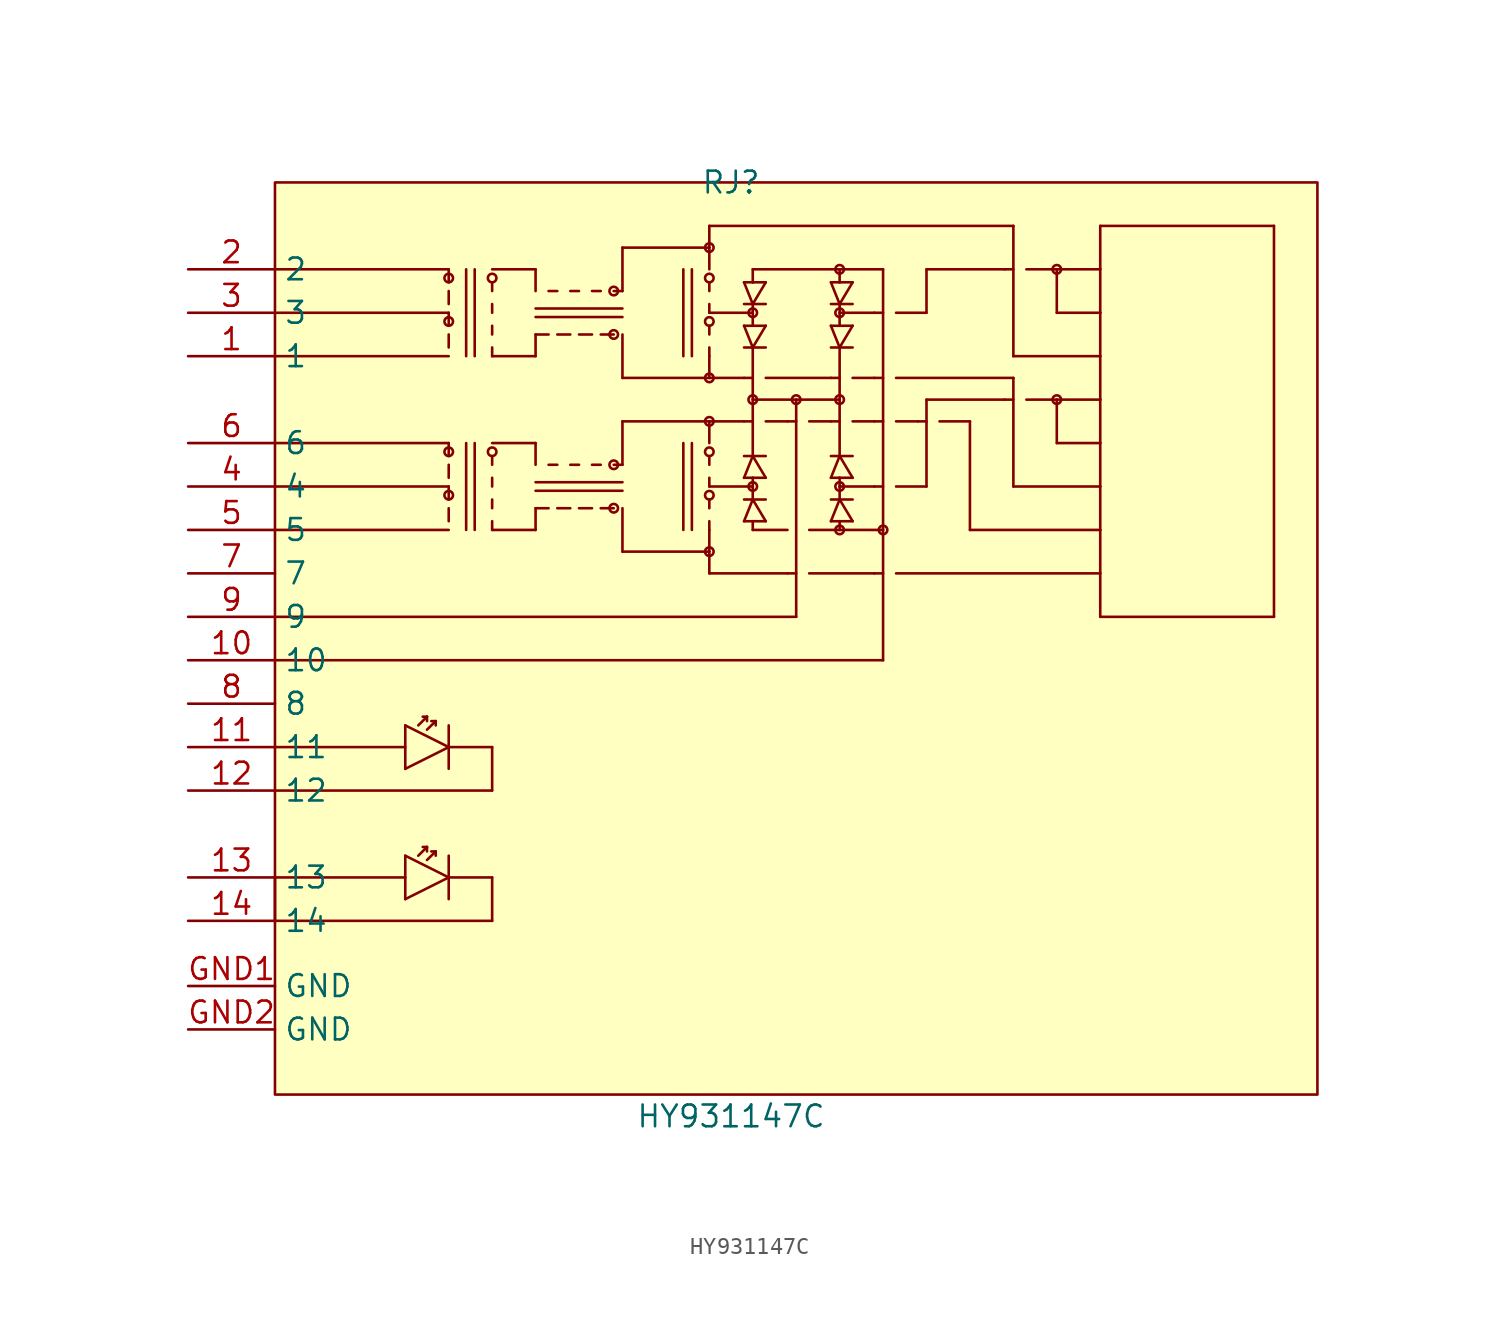
<source format=kicad_sym>
(kicad_symbol_lib
  (version 20211014)
  (generator https://github.com/uPesy/easyeda2kicad.py)
  (symbol "HY931147C"
    (property "Reference" "RJ"
      (at 0 26.67 0)
      (effects (font (size 1.27 1.27))))
    (property "Value" "HY931147C"
      (at 0 -27.94 0)
      (effects (font (size 1.27 1.27))))
    (symbol "HY931147C_0_1"
      (rectangle (start -26.67 26.67) (end 34.29 -26.67) (stroke (width 0) (type default) (color 0 0 0 0)) (fill (type background)))
      (circle (center -16.51 8.38) (radius 0.25) (stroke (width 0) (type default) (color 0 0 0 0)) (fill (type none)))
      (circle (center -16.51 10.92) (radius 0.25) (stroke (width 0) (type default) (color 0 0 0 0)) (fill (type none)))
      (circle (center -16.51 18.54) (radius 0.25) (stroke (width 0) (type default) (color 0 0 0 0)) (fill (type none)))
      (circle (center -16.51 21.08) (radius 0.25) (stroke (width 0) (type default) (color 0 0 0 0)) (fill (type none)))
      (circle (center -13.97 10.92) (radius 0.25) (stroke (width 0) (type default) (color 0 0 0 0)) (fill (type none)))
      (circle (center -13.97 21.08) (radius 0.25) (stroke (width 0) (type default) (color 0 0 0 0)) (fill (type none)))
      (circle (center -6.86 7.62) (radius 0.25) (stroke (width 0) (type default) (color 0 0 0 0)) (fill (type none)))
      (circle (center -6.86 10.16) (radius 0.25) (stroke (width 0) (type default) (color 0 0 0 0)) (fill (type none)))
      (circle (center -6.86 17.78) (radius 0.25) (stroke (width 0) (type default) (color 0 0 0 0)) (fill (type none)))
      (circle (center -6.86 20.32) (radius 0.25) (stroke (width 0) (type default) (color 0 0 0 0)) (fill (type none)))
      (circle (center -1.27 5.08) (radius 0.25) (stroke (width 0) (type default) (color 0 0 0 0)) (fill (type none)))
      (circle (center -1.27 8.38) (radius 0.25) (stroke (width 0) (type default) (color 0 0 0 0)) (fill (type none)))
      (circle (center -1.27 10.92) (radius 0.25) (stroke (width 0) (type default) (color 0 0 0 0)) (fill (type none)))
      (circle (center -1.27 12.70) (radius 0.25) (stroke (width 0) (type default) (color 0 0 0 0)) (fill (type none)))
      (circle (center -1.27 15.24) (radius 0.25) (stroke (width 0) (type default) (color 0 0 0 0)) (fill (type none)))
      (circle (center -1.27 18.54) (radius 0.25) (stroke (width 0) (type default) (color 0 0 0 0)) (fill (type none)))
      (circle (center -1.27 21.08) (radius 0.25) (stroke (width 0) (type default) (color 0 0 0 0)) (fill (type none)))
      (circle (center -1.27 22.86) (radius 0.25) (stroke (width 0) (type default) (color 0 0 0 0)) (fill (type none)))
      (circle (center 1.27 8.89) (radius 0.25) (stroke (width 0) (type default) (color 0 0 0 0)) (fill (type none)))
      (circle (center 1.27 13.97) (radius 0.25) (stroke (width 0) (type default) (color 0 0 0 0)) (fill (type none)))
      (circle (center 1.27 19.05) (radius 0.25) (stroke (width 0) (type default) (color 0 0 0 0)) (fill (type none)))
      (circle (center 3.81 13.97) (radius 0.25) (stroke (width 0) (type default) (color 0 0 0 0)) (fill (type none)))
      (circle (center 6.35 6.35) (radius 0.25) (stroke (width 0) (type default) (color 0 0 0 0)) (fill (type none)))
      (circle (center 6.35 8.89) (radius 0.25) (stroke (width 0) (type default) (color 0 0 0 0)) (fill (type none)))
      (circle (center 6.35 13.97) (radius 0.25) (stroke (width 0) (type default) (color 0 0 0 0)) (fill (type none)))
      (circle (center 6.35 19.05) (radius 0.25) (stroke (width 0) (type default) (color 0 0 0 0)) (fill (type none)))
      (circle (center 6.35 21.59) (radius 0.25) (stroke (width 0) (type default) (color 0 0 0 0)) (fill (type none)))
      (circle (center 8.89 6.35) (radius 0.25) (stroke (width 0) (type default) (color 0 0 0 0)) (fill (type none)))
      (circle (center 19.05 13.97) (radius 0.25) (stroke (width 0) (type default) (color 0 0 0 0)) (fill (type none)))
      (circle (center 19.05 21.59) (radius 0.25) (stroke (width 0) (type default) (color 0 0 0 0)) (fill (type none)))
      (polyline (pts (xy -26.67 -16.51) (xy -26.67 -13.97)) (stroke (width 0) (type default) (color 0 0 0 0)) (fill (type none)))
      (polyline (pts (xy -26.67 -16.51) (xy -13.97 -16.51)) (stroke (width 0) (type default) (color 0 0 0 0)) (fill (type none)))
      (polyline (pts (xy -26.67 -13.97) (xy -19.05 -13.97)) (stroke (width 0) (type default) (color 0 0 0 0)) (fill (type none)))
      (polyline (pts (xy -26.67 -8.89) (xy -13.97 -8.89)) (stroke (width 0) (type default) (color 0 0 0 0)) (fill (type none)))
      (polyline (pts (xy -26.67 -6.35) (xy -19.05 -6.35)) (stroke (width 0) (type default) (color 0 0 0 0)) (fill (type none)))
      (polyline (pts (xy -26.67 -1.27) (xy 8.89 -1.27)) (stroke (width 0) (type default) (color 0 0 0 0)) (fill (type none)))
      (polyline (pts (xy -26.67 1.27) (xy 3.81 1.27)) (stroke (width 0) (type default) (color 0 0 0 0)) (fill (type none)))
      (polyline (pts (xy -26.67 6.35) (xy -16.51 6.35)) (stroke (width 0) (type default) (color 0 0 0 0)) (fill (type none)))
      (polyline (pts (xy -26.67 8.89) (xy -16.51 8.89)) (stroke (width 0) (type default) (color 0 0 0 0)) (fill (type none)))
      (polyline (pts (xy -26.67 19.05) (xy -16.51 19.05)) (stroke (width 0) (type default) (color 0 0 0 0)) (fill (type none)))
      (polyline (pts (xy -26.67 21.59) (xy -16.51 21.59)) (stroke (width 0) (type default) (color 0 0 0 0)) (fill (type none)))
      (polyline (pts (xy -19.05 -15.24) (xy -16.51 -13.97)) (stroke (width 0) (type default) (color 0 0 0 0)) (fill (type none)))
      (polyline (pts (xy -19.05 -12.70) (xy -19.05 -15.24)) (stroke (width 0) (type default) (color 0 0 0 0)) (fill (type none)))
      (polyline (pts (xy -19.05 -7.62) (xy -16.51 -6.35)) (stroke (width 0) (type default) (color 0 0 0 0)) (fill (type none)))
      (polyline (pts (xy -19.05 -5.08) (xy -19.05 -7.62)) (stroke (width 0) (type default) (color 0 0 0 0)) (fill (type none)))
      (polyline (pts (xy -18.29 -12.70) (xy -17.78 -12.19)) (stroke (width 0) (type default) (color 0 0 0 0)) (fill (type none)))
      (polyline (pts (xy -18.29 -5.08) (xy -17.78 -4.57)) (stroke (width 0) (type default) (color 0 0 0 0)) (fill (type none)))
      (polyline (pts (xy -17.78 -12.95) (xy -17.27 -12.45)) (stroke (width 0) (type default) (color 0 0 0 0)) (fill (type none)))
      (polyline (pts (xy -17.78 -12.45) (xy -17.78 -12.19)) (stroke (width 0) (type default) (color 0 0 0 0)) (fill (type none)))
      (polyline (pts (xy -17.78 -12.19) (xy -18.03 -12.19)) (stroke (width 0) (type default) (color 0 0 0 0)) (fill (type none)))
      (polyline (pts (xy -17.78 -5.33) (xy -17.27 -4.83)) (stroke (width 0) (type default) (color 0 0 0 0)) (fill (type none)))
      (polyline (pts (xy -17.78 -4.83) (xy -17.78 -4.57)) (stroke (width 0) (type default) (color 0 0 0 0)) (fill (type none)))
      (polyline (pts (xy -17.78 -4.57) (xy -18.03 -4.57)) (stroke (width 0) (type default) (color 0 0 0 0)) (fill (type none)))
      (polyline (pts (xy -17.53 -12.45) (xy -17.27 -12.45)) (stroke (width 0) (type default) (color 0 0 0 0)) (fill (type none)))
      (polyline (pts (xy -17.53 -4.83) (xy -17.27 -4.83)) (stroke (width 0) (type default) (color 0 0 0 0)) (fill (type none)))
      (polyline (pts (xy -17.27 -12.45) (xy -17.27 -12.70)) (stroke (width 0) (type default) (color 0 0 0 0)) (fill (type none)))
      (polyline (pts (xy -17.27 -4.83) (xy -17.27 -5.08)) (stroke (width 0) (type default) (color 0 0 0 0)) (fill (type none)))
      (polyline (pts (xy -16.51 -13.97) (xy -19.05 -12.70)) (stroke (width 0) (type default) (color 0 0 0 0)) (fill (type none)))
      (polyline (pts (xy -16.51 -13.97) (xy -16.51 -15.24)) (stroke (width 0) (type default) (color 0 0 0 0)) (fill (type none)))
      (polyline (pts (xy -16.51 -12.70) (xy -16.51 -13.97)) (stroke (width 0) (type default) (color 0 0 0 0)) (fill (type none)))
      (polyline (pts (xy -16.51 -6.35) (xy -19.05 -5.08)) (stroke (width 0) (type default) (color 0 0 0 0)) (fill (type none)))
      (polyline (pts (xy -16.51 -6.35) (xy -16.51 -7.62)) (stroke (width 0) (type default) (color 0 0 0 0)) (fill (type none)))
      (polyline (pts (xy -16.51 -5.08) (xy -16.51 -6.35)) (stroke (width 0) (type default) (color 0 0 0 0)) (fill (type none)))
      (polyline (pts (xy -16.51 6.86) (xy -16.51 7.62)) (stroke (width 0) (type default) (color 0 0 0 0)) (fill (type none)))
      (polyline (pts (xy -16.51 8.13) (xy -16.51 8.89)) (stroke (width 0) (type default) (color 0 0 0 0)) (fill (type none)))
      (polyline (pts (xy -16.51 9.40) (xy -16.51 10.16)) (stroke (width 0) (type default) (color 0 0 0 0)) (fill (type none)))
      (polyline (pts (xy -16.51 10.67) (xy -16.51 11.43)) (stroke (width 0) (type default) (color 0 0 0 0)) (fill (type none)))
      (polyline (pts (xy -16.51 11.43) (xy -26.67 11.43)) (stroke (width 0) (type default) (color 0 0 0 0)) (fill (type none)))
      (polyline (pts (xy -16.51 16.51) (xy -26.67 16.51)) (stroke (width 0) (type default) (color 0 0 0 0)) (fill (type none)))
      (polyline (pts (xy -16.51 17.02) (xy -16.51 17.78)) (stroke (width 0) (type default) (color 0 0 0 0)) (fill (type none)))
      (polyline (pts (xy -16.51 18.29) (xy -16.51 19.05)) (stroke (width 0) (type default) (color 0 0 0 0)) (fill (type none)))
      (polyline (pts (xy -16.51 19.56) (xy -16.51 20.32)) (stroke (width 0) (type default) (color 0 0 0 0)) (fill (type none)))
      (polyline (pts (xy -16.51 20.83) (xy -16.51 21.59)) (stroke (width 0) (type default) (color 0 0 0 0)) (fill (type none)))
      (polyline (pts (xy -15.49 6.35) (xy -15.49 11.43)) (stroke (width 0) (type default) (color 0 0 0 0)) (fill (type none)))
      (polyline (pts (xy -15.49 16.51) (xy -15.49 21.59)) (stroke (width 0) (type default) (color 0 0 0 0)) (fill (type none)))
      (polyline (pts (xy -14.99 6.35) (xy -14.99 11.43)) (stroke (width 0) (type default) (color 0 0 0 0)) (fill (type none)))
      (polyline (pts (xy -14.99 16.51) (xy -14.99 21.59)) (stroke (width 0) (type default) (color 0 0 0 0)) (fill (type none)))
      (polyline (pts (xy -13.97 -16.51) (xy -13.97 -13.97)) (stroke (width 0) (type default) (color 0 0 0 0)) (fill (type none)))
      (polyline (pts (xy -13.97 -13.97) (xy -16.51 -13.97)) (stroke (width 0) (type default) (color 0 0 0 0)) (fill (type none)))
      (polyline (pts (xy -13.97 -8.89) (xy -13.97 -6.35)) (stroke (width 0) (type default) (color 0 0 0 0)) (fill (type none)))
      (polyline (pts (xy -13.97 -6.35) (xy -16.51 -6.35)) (stroke (width 0) (type default) (color 0 0 0 0)) (fill (type none)))
      (polyline (pts (xy -13.97 6.35) (xy -11.43 6.35)) (stroke (width 0) (type default) (color 0 0 0 0)) (fill (type none)))
      (polyline (pts (xy -13.97 6.86) (xy -13.97 6.35)) (stroke (width 0) (type default) (color 0 0 0 0)) (fill (type none)))
      (polyline (pts (xy -13.97 8.13) (xy -13.97 7.62)) (stroke (width 0) (type default) (color 0 0 0 0)) (fill (type none)))
      (polyline (pts (xy -13.97 9.40) (xy -13.97 8.89)) (stroke (width 0) (type default) (color 0 0 0 0)) (fill (type none)))
      (polyline (pts (xy -13.97 10.67) (xy -13.97 10.16)) (stroke (width 0) (type default) (color 0 0 0 0)) (fill (type none)))
      (polyline (pts (xy -13.97 11.43) (xy -11.43 11.43)) (stroke (width 0) (type default) (color 0 0 0 0)) (fill (type none)))
      (polyline (pts (xy -13.97 16.51) (xy -11.43 16.51)) (stroke (width 0) (type default) (color 0 0 0 0)) (fill (type none)))
      (polyline (pts (xy -13.97 17.02) (xy -13.97 16.51)) (stroke (width 0) (type default) (color 0 0 0 0)) (fill (type none)))
      (polyline (pts (xy -13.97 18.29) (xy -13.97 17.78)) (stroke (width 0) (type default) (color 0 0 0 0)) (fill (type none)))
      (polyline (pts (xy -13.97 19.56) (xy -13.97 19.05)) (stroke (width 0) (type default) (color 0 0 0 0)) (fill (type none)))
      (polyline (pts (xy -13.97 20.83) (xy -13.97 20.32)) (stroke (width 0) (type default) (color 0 0 0 0)) (fill (type none)))
      (polyline (pts (xy -13.97 21.59) (xy -11.43 21.59)) (stroke (width 0) (type default) (color 0 0 0 0)) (fill (type none)))
      (polyline (pts (xy -11.43 6.35) (xy -11.43 7.62)) (stroke (width 0) (type default) (color 0 0 0 0)) (fill (type none)))
      (polyline (pts (xy -11.43 8.64) (xy -6.35 8.64)) (stroke (width 0) (type default) (color 0 0 0 0)) (fill (type none)))
      (polyline (pts (xy -11.43 9.14) (xy -6.35 9.14)) (stroke (width 0) (type default) (color 0 0 0 0)) (fill (type none)))
      (polyline (pts (xy -11.43 11.43) (xy -11.43 10.16)) (stroke (width 0) (type default) (color 0 0 0 0)) (fill (type none)))
      (polyline (pts (xy -11.43 16.51) (xy -11.43 17.78)) (stroke (width 0) (type default) (color 0 0 0 0)) (fill (type none)))
      (polyline (pts (xy -11.43 18.80) (xy -6.35 18.80)) (stroke (width 0) (type default) (color 0 0 0 0)) (fill (type none)))
      (polyline (pts (xy -11.43 19.30) (xy -6.35 19.30)) (stroke (width 0) (type default) (color 0 0 0 0)) (fill (type none)))
      (polyline (pts (xy -11.43 21.59) (xy -11.43 20.32)) (stroke (width 0) (type default) (color 0 0 0 0)) (fill (type none)))
      (polyline (pts (xy -10.67 7.62) (xy -11.43 7.62)) (stroke (width 0) (type default) (color 0 0 0 0)) (fill (type none)))
      (polyline (pts (xy -10.67 10.16) (xy -10.16 10.16)) (stroke (width 0) (type default) (color 0 0 0 0)) (fill (type none)))
      (polyline (pts (xy -10.67 17.78) (xy -11.43 17.78)) (stroke (width 0) (type default) (color 0 0 0 0)) (fill (type none)))
      (polyline (pts (xy -10.67 20.32) (xy -10.16 20.32)) (stroke (width 0) (type default) (color 0 0 0 0)) (fill (type none)))
      (polyline (pts (xy -9.40 7.62) (xy -10.16 7.62)) (stroke (width 0) (type default) (color 0 0 0 0)) (fill (type none)))
      (polyline (pts (xy -9.40 10.16) (xy -8.89 10.16)) (stroke (width 0) (type default) (color 0 0 0 0)) (fill (type none)))
      (polyline (pts (xy -9.40 17.78) (xy -10.16 17.78)) (stroke (width 0) (type default) (color 0 0 0 0)) (fill (type none)))
      (polyline (pts (xy -9.40 20.32) (xy -8.89 20.32)) (stroke (width 0) (type default) (color 0 0 0 0)) (fill (type none)))
      (polyline (pts (xy -8.13 7.62) (xy -8.89 7.62)) (stroke (width 0) (type default) (color 0 0 0 0)) (fill (type none)))
      (polyline (pts (xy -8.13 10.16) (xy -7.62 10.16)) (stroke (width 0) (type default) (color 0 0 0 0)) (fill (type none)))
      (polyline (pts (xy -8.13 17.78) (xy -8.89 17.78)) (stroke (width 0) (type default) (color 0 0 0 0)) (fill (type none)))
      (polyline (pts (xy -8.13 20.32) (xy -7.62 20.32)) (stroke (width 0) (type default) (color 0 0 0 0)) (fill (type none)))
      (polyline (pts (xy -6.86 7.62) (xy -7.62 7.62)) (stroke (width 0) (type default) (color 0 0 0 0)) (fill (type none)))
      (polyline (pts (xy -6.86 10.16) (xy -6.35 10.16)) (stroke (width 0) (type default) (color 0 0 0 0)) (fill (type none)))
      (polyline (pts (xy -6.86 17.78) (xy -7.62 17.78)) (stroke (width 0) (type default) (color 0 0 0 0)) (fill (type none)))
      (polyline (pts (xy -6.86 20.32) (xy -6.35 20.32)) (stroke (width 0) (type default) (color 0 0 0 0)) (fill (type none)))
      (polyline (pts (xy -6.35 5.08) (xy -1.27 5.08)) (stroke (width 0) (type default) (color 0 0 0 0)) (fill (type none)))
      (polyline (pts (xy -6.35 7.62) (xy -6.35 5.08)) (stroke (width 0) (type default) (color 0 0 0 0)) (fill (type none)))
      (polyline (pts (xy -6.35 10.16) (xy -6.35 12.70)) (stroke (width 0) (type default) (color 0 0 0 0)) (fill (type none)))
      (polyline (pts (xy -6.35 12.70) (xy -1.27 12.70)) (stroke (width 0) (type default) (color 0 0 0 0)) (fill (type none)))
      (polyline (pts (xy -6.35 15.24) (xy -1.27 15.24)) (stroke (width 0) (type default) (color 0 0 0 0)) (fill (type none)))
      (polyline (pts (xy -6.35 17.78) (xy -6.35 15.24)) (stroke (width 0) (type default) (color 0 0 0 0)) (fill (type none)))
      (polyline (pts (xy -6.35 20.32) (xy -6.35 22.86)) (stroke (width 0) (type default) (color 0 0 0 0)) (fill (type none)))
      (polyline (pts (xy -6.35 22.86) (xy -1.27 22.86)) (stroke (width 0) (type default) (color 0 0 0 0)) (fill (type none)))
      (polyline (pts (xy -2.79 11.43) (xy -2.79 6.35)) (stroke (width 0) (type default) (color 0 0 0 0)) (fill (type none)))
      (polyline (pts (xy -2.79 21.59) (xy -2.79 16.51)) (stroke (width 0) (type default) (color 0 0 0 0)) (fill (type none)))
      (polyline (pts (xy -2.29 11.43) (xy -2.29 6.35)) (stroke (width 0) (type default) (color 0 0 0 0)) (fill (type none)))
      (polyline (pts (xy -2.29 21.59) (xy -2.29 16.51)) (stroke (width 0) (type default) (color 0 0 0 0)) (fill (type none)))
      (polyline (pts (xy -1.27 3.81) (xy 3.30 3.81)) (stroke (width 0) (type default) (color 0 0 0 0)) (fill (type none)))
      (polyline (pts (xy -1.27 5.08) (xy -1.27 3.81)) (stroke (width 0) (type default) (color 0 0 0 0)) (fill (type none)))
      (polyline (pts (xy -1.27 5.08) (xy -1.27 6.35)) (stroke (width 0) (type default) (color 0 0 0 0)) (fill (type none)))
      (polyline (pts (xy -1.27 6.86) (xy -1.27 6.35)) (stroke (width 0) (type default) (color 0 0 0 0)) (fill (type none)))
      (polyline (pts (xy -1.27 8.13) (xy -1.27 7.62)) (stroke (width 0) (type default) (color 0 0 0 0)) (fill (type none)))
      (polyline (pts (xy -1.27 9.40) (xy -1.27 8.89)) (stroke (width 0) (type default) (color 0 0 0 0)) (fill (type none)))
      (polyline (pts (xy -1.27 10.67) (xy -1.27 10.16)) (stroke (width 0) (type default) (color 0 0 0 0)) (fill (type none)))
      (polyline (pts (xy -1.27 12.70) (xy -1.27 11.43)) (stroke (width 0) (type default) (color 0 0 0 0)) (fill (type none)))
      (polyline (pts (xy -1.27 12.70) (xy 0.76 12.70)) (stroke (width 0) (type default) (color 0 0 0 0)) (fill (type none)))
      (polyline (pts (xy -1.27 16.51) (xy -1.27 15.24)) (stroke (width 0) (type default) (color 0 0 0 0)) (fill (type none)))
      (polyline (pts (xy -1.27 17.02) (xy -1.27 16.51)) (stroke (width 0) (type default) (color 0 0 0 0)) (fill (type none)))
      (polyline (pts (xy -1.27 18.29) (xy -1.27 17.78)) (stroke (width 0) (type default) (color 0 0 0 0)) (fill (type none)))
      (polyline (pts (xy -1.27 19.56) (xy -1.27 19.05)) (stroke (width 0) (type default) (color 0 0 0 0)) (fill (type none)))
      (polyline (pts (xy -1.27 20.83) (xy -1.27 20.32)) (stroke (width 0) (type default) (color 0 0 0 0)) (fill (type none)))
      (polyline (pts (xy -1.27 22.86) (xy -1.27 21.59)) (stroke (width 0) (type default) (color 0 0 0 0)) (fill (type none)))
      (polyline (pts (xy -1.27 22.86) (xy -1.27 24.13)) (stroke (width 0) (type default) (color 0 0 0 0)) (fill (type none)))
      (polyline (pts (xy -1.27 24.13) (xy 16.51 24.13)) (stroke (width 0) (type default) (color 0 0 0 0)) (fill (type none)))
      (polyline (pts (xy 0.76 6.86) (xy 1.27 6.86)) (stroke (width 0) (type default) (color 0 0 0 0)) (fill (type none)))
      (polyline (pts (xy 0.76 8.13) (xy 1.27 8.13)) (stroke (width 0) (type default) (color 0 0 0 0)) (fill (type none)))
      (polyline (pts (xy 0.76 9.40) (xy 1.27 9.40)) (stroke (width 0) (type default) (color 0 0 0 0)) (fill (type none)))
      (polyline (pts (xy 0.76 10.67) (xy 1.27 10.67)) (stroke (width 0) (type default) (color 0 0 0 0)) (fill (type none)))
      (polyline (pts (xy 0.76 15.24) (xy -1.27 15.24)) (stroke (width 0) (type default) (color 0 0 0 0)) (fill (type none)))
      (polyline (pts (xy 0.76 18.29) (xy 1.27 17.02)) (stroke (width 0) (type default) (color 0 0 0 0)) (fill (type none)))
      (polyline (pts (xy 0.76 20.83) (xy 1.27 19.56)) (stroke (width 0) (type default) (color 0 0 0 0)) (fill (type none)))
      (polyline (pts (xy 1.27 6.35) (xy 3.30 6.35)) (stroke (width 0) (type default) (color 0 0 0 0)) (fill (type none)))
      (polyline (pts (xy 1.27 6.86) (xy 1.27 6.35)) (stroke (width 0) (type default) (color 0 0 0 0)) (fill (type none)))
      (polyline (pts (xy 1.27 6.86) (xy 2.03 6.86)) (stroke (width 0) (type default) (color 0 0 0 0)) (fill (type none)))
      (polyline (pts (xy 1.27 8.13) (xy 0.76 6.86)) (stroke (width 0) (type default) (color 0 0 0 0)) (fill (type none)))
      (polyline (pts (xy 1.27 8.13) (xy 1.27 8.89)) (stroke (width 0) (type default) (color 0 0 0 0)) (fill (type none)))
      (polyline (pts (xy 1.27 8.13) (xy 2.03 8.13)) (stroke (width 0) (type default) (color 0 0 0 0)) (fill (type none)))
      (polyline (pts (xy 1.27 8.89) (xy -1.27 8.89)) (stroke (width 0) (type default) (color 0 0 0 0)) (fill (type none)))
      (polyline (pts (xy 1.27 8.89) (xy 1.27 9.40)) (stroke (width 0) (type default) (color 0 0 0 0)) (fill (type none)))
      (polyline (pts (xy 1.27 9.40) (xy 2.03 9.40)) (stroke (width 0) (type default) (color 0 0 0 0)) (fill (type none)))
      (polyline (pts (xy 1.27 10.67) (xy 0.76 9.40)) (stroke (width 0) (type default) (color 0 0 0 0)) (fill (type none)))
      (polyline (pts (xy 1.27 10.67) (xy 2.03 10.67)) (stroke (width 0) (type default) (color 0 0 0 0)) (fill (type none)))
      (polyline (pts (xy 1.27 12.70) (xy 0.76 12.70)) (stroke (width 0) (type default) (color 0 0 0 0)) (fill (type none)))
      (polyline (pts (xy 1.27 13.97) (xy 1.27 10.67)) (stroke (width 0) (type default) (color 0 0 0 0)) (fill (type none)))
      (polyline (pts (xy 1.27 13.97) (xy 3.81 13.97)) (stroke (width 0) (type default) (color 0 0 0 0)) (fill (type none)))
      (polyline (pts (xy 1.27 15.24) (xy 0.76 15.24)) (stroke (width 0) (type default) (color 0 0 0 0)) (fill (type none)))
      (polyline (pts (xy 1.27 17.02) (xy 0.76 17.02)) (stroke (width 0) (type default) (color 0 0 0 0)) (fill (type none)))
      (polyline (pts (xy 1.27 17.02) (xy 1.27 13.97)) (stroke (width 0) (type default) (color 0 0 0 0)) (fill (type none)))
      (polyline (pts (xy 1.27 17.02) (xy 2.03 18.29)) (stroke (width 0) (type default) (color 0 0 0 0)) (fill (type none)))
      (polyline (pts (xy 1.27 18.29) (xy 0.76 18.29)) (stroke (width 0) (type default) (color 0 0 0 0)) (fill (type none)))
      (polyline (pts (xy 1.27 19.05) (xy -1.27 19.05)) (stroke (width 0) (type default) (color 0 0 0 0)) (fill (type none)))
      (polyline (pts (xy 1.27 19.05) (xy 1.27 18.29)) (stroke (width 0) (type default) (color 0 0 0 0)) (fill (type none)))
      (polyline (pts (xy 1.27 19.56) (xy 0.76 19.56)) (stroke (width 0) (type default) (color 0 0 0 0)) (fill (type none)))
      (polyline (pts (xy 1.27 19.56) (xy 1.27 19.05)) (stroke (width 0) (type default) (color 0 0 0 0)) (fill (type none)))
      (polyline (pts (xy 1.27 19.56) (xy 2.03 20.83)) (stroke (width 0) (type default) (color 0 0 0 0)) (fill (type none)))
      (polyline (pts (xy 1.27 20.83) (xy 0.76 20.83)) (stroke (width 0) (type default) (color 0 0 0 0)) (fill (type none)))
      (polyline (pts (xy 1.27 20.83) (xy 1.27 21.59)) (stroke (width 0) (type default) (color 0 0 0 0)) (fill (type none)))
      (polyline (pts (xy 1.27 21.59) (xy 6.35 21.59)) (stroke (width 0) (type default) (color 0 0 0 0)) (fill (type none)))
      (polyline (pts (xy 2.03 6.86) (xy 1.27 8.13)) (stroke (width 0) (type default) (color 0 0 0 0)) (fill (type none)))
      (polyline (pts (xy 2.03 9.40) (xy 1.27 10.67)) (stroke (width 0) (type default) (color 0 0 0 0)) (fill (type none)))
      (polyline (pts (xy 2.03 12.70) (xy 3.30 12.70)) (stroke (width 0) (type default) (color 0 0 0 0)) (fill (type none)))
      (polyline (pts (xy 2.03 15.24) (xy 5.84 15.24)) (stroke (width 0) (type default) (color 0 0 0 0)) (fill (type none)))
      (polyline (pts (xy 2.03 17.02) (xy 1.27 17.02)) (stroke (width 0) (type default) (color 0 0 0 0)) (fill (type none)))
      (polyline (pts (xy 2.03 18.29) (xy 1.27 18.29)) (stroke (width 0) (type default) (color 0 0 0 0)) (fill (type none)))
      (polyline (pts (xy 2.03 19.56) (xy 1.27 19.56)) (stroke (width 0) (type default) (color 0 0 0 0)) (fill (type none)))
      (polyline (pts (xy 2.03 20.83) (xy 1.27 20.83)) (stroke (width 0) (type default) (color 0 0 0 0)) (fill (type none)))
      (polyline (pts (xy 3.81 1.27) (xy 3.81 13.97)) (stroke (width 0) (type default) (color 0 0 0 0)) (fill (type none)))
      (polyline (pts (xy 3.81 3.81) (xy 3.30 3.81)) (stroke (width 0) (type default) (color 0 0 0 0)) (fill (type none)))
      (polyline (pts (xy 3.81 12.70) (xy 3.30 12.70)) (stroke (width 0) (type default) (color 0 0 0 0)) (fill (type none)))
      (polyline (pts (xy 3.81 13.97) (xy 6.35 13.97)) (stroke (width 0) (type default) (color 0 0 0 0)) (fill (type none)))
      (polyline (pts (xy 4.57 3.81) (xy 8.38 3.81)) (stroke (width 0) (type default) (color 0 0 0 0)) (fill (type none)))
      (polyline (pts (xy 4.57 6.35) (xy 6.35 6.35)) (stroke (width 0) (type default) (color 0 0 0 0)) (fill (type none)))
      (polyline (pts (xy 4.57 12.70) (xy 5.84 12.70)) (stroke (width 0) (type default) (color 0 0 0 0)) (fill (type none)))
      (polyline (pts (xy 5.84 6.86) (xy 6.35 6.86)) (stroke (width 0) (type default) (color 0 0 0 0)) (fill (type none)))
      (polyline (pts (xy 5.84 8.13) (xy 6.35 8.13)) (stroke (width 0) (type default) (color 0 0 0 0)) (fill (type none)))
      (polyline (pts (xy 5.84 9.40) (xy 6.35 9.40)) (stroke (width 0) (type default) (color 0 0 0 0)) (fill (type none)))
      (polyline (pts (xy 5.84 10.67) (xy 6.35 10.67)) (stroke (width 0) (type default) (color 0 0 0 0)) (fill (type none)))
      (polyline (pts (xy 5.84 18.29) (xy 6.35 17.02)) (stroke (width 0) (type default) (color 0 0 0 0)) (fill (type none)))
      (polyline (pts (xy 5.84 20.83) (xy 6.35 19.56)) (stroke (width 0) (type default) (color 0 0 0 0)) (fill (type none)))
      (polyline (pts (xy 6.35 6.35) (xy 8.89 6.35)) (stroke (width 0) (type default) (color 0 0 0 0)) (fill (type none)))
      (polyline (pts (xy 6.35 6.86) (xy 6.35 6.35)) (stroke (width 0) (type default) (color 0 0 0 0)) (fill (type none)))
      (polyline (pts (xy 6.35 6.86) (xy 7.11 6.86)) (stroke (width 0) (type default) (color 0 0 0 0)) (fill (type none)))
      (polyline (pts (xy 6.35 8.13) (xy 5.84 6.86)) (stroke (width 0) (type default) (color 0 0 0 0)) (fill (type none)))
      (polyline (pts (xy 6.35 8.13) (xy 6.35 8.89)) (stroke (width 0) (type default) (color 0 0 0 0)) (fill (type none)))
      (polyline (pts (xy 6.35 8.13) (xy 7.11 8.13)) (stroke (width 0) (type default) (color 0 0 0 0)) (fill (type none)))
      (polyline (pts (xy 6.35 8.89) (xy 6.35 9.40)) (stroke (width 0) (type default) (color 0 0 0 0)) (fill (type none)))
      (polyline (pts (xy 6.35 8.89) (xy 8.38 8.89)) (stroke (width 0) (type default) (color 0 0 0 0)) (fill (type none)))
      (polyline (pts (xy 6.35 9.40) (xy 7.11 9.40)) (stroke (width 0) (type default) (color 0 0 0 0)) (fill (type none)))
      (polyline (pts (xy 6.35 10.67) (xy 5.84 9.40)) (stroke (width 0) (type default) (color 0 0 0 0)) (fill (type none)))
      (polyline (pts (xy 6.35 10.67) (xy 7.11 10.67)) (stroke (width 0) (type default) (color 0 0 0 0)) (fill (type none)))
      (polyline (pts (xy 6.35 12.70) (xy 5.84 12.70)) (stroke (width 0) (type default) (color 0 0 0 0)) (fill (type none)))
      (polyline (pts (xy 6.35 13.97) (xy 6.35 10.67)) (stroke (width 0) (type default) (color 0 0 0 0)) (fill (type none)))
      (polyline (pts (xy 6.35 15.24) (xy 5.84 15.24)) (stroke (width 0) (type default) (color 0 0 0 0)) (fill (type none)))
      (polyline (pts (xy 6.35 17.02) (xy 5.84 17.02)) (stroke (width 0) (type default) (color 0 0 0 0)) (fill (type none)))
      (polyline (pts (xy 6.35 17.02) (xy 6.35 13.97)) (stroke (width 0) (type default) (color 0 0 0 0)) (fill (type none)))
      (polyline (pts (xy 6.35 17.02) (xy 7.11 18.29)) (stroke (width 0) (type default) (color 0 0 0 0)) (fill (type none)))
      (polyline (pts (xy 6.35 18.29) (xy 5.84 18.29)) (stroke (width 0) (type default) (color 0 0 0 0)) (fill (type none)))
      (polyline (pts (xy 6.35 19.05) (xy 6.35 18.29)) (stroke (width 0) (type default) (color 0 0 0 0)) (fill (type none)))
      (polyline (pts (xy 6.35 19.05) (xy 8.38 19.05)) (stroke (width 0) (type default) (color 0 0 0 0)) (fill (type none)))
      (polyline (pts (xy 6.35 19.56) (xy 5.84 19.56)) (stroke (width 0) (type default) (color 0 0 0 0)) (fill (type none)))
      (polyline (pts (xy 6.35 19.56) (xy 6.35 19.05)) (stroke (width 0) (type default) (color 0 0 0 0)) (fill (type none)))
      (polyline (pts (xy 6.35 19.56) (xy 7.11 20.83)) (stroke (width 0) (type default) (color 0 0 0 0)) (fill (type none)))
      (polyline (pts (xy 6.35 20.83) (xy 5.84 20.83)) (stroke (width 0) (type default) (color 0 0 0 0)) (fill (type none)))
      (polyline (pts (xy 6.35 20.83) (xy 6.35 21.59)) (stroke (width 0) (type default) (color 0 0 0 0)) (fill (type none)))
      (polyline (pts (xy 7.11 6.86) (xy 6.35 8.13)) (stroke (width 0) (type default) (color 0 0 0 0)) (fill (type none)))
      (polyline (pts (xy 7.11 9.40) (xy 6.35 10.67)) (stroke (width 0) (type default) (color 0 0 0 0)) (fill (type none)))
      (polyline (pts (xy 7.11 12.70) (xy 8.38 12.70)) (stroke (width 0) (type default) (color 0 0 0 0)) (fill (type none)))
      (polyline (pts (xy 7.11 15.24) (xy 8.38 15.24)) (stroke (width 0) (type default) (color 0 0 0 0)) (fill (type none)))
      (polyline (pts (xy 7.11 17.02) (xy 6.35 17.02)) (stroke (width 0) (type default) (color 0 0 0 0)) (fill (type none)))
      (polyline (pts (xy 7.11 18.29) (xy 6.35 18.29)) (stroke (width 0) (type default) (color 0 0 0 0)) (fill (type none)))
      (polyline (pts (xy 7.11 19.56) (xy 6.35 19.56)) (stroke (width 0) (type default) (color 0 0 0 0)) (fill (type none)))
      (polyline (pts (xy 7.11 20.83) (xy 6.35 20.83)) (stroke (width 0) (type default) (color 0 0 0 0)) (fill (type none)))
      (polyline (pts (xy 8.89 -1.27) (xy 8.89 6.35)) (stroke (width 0) (type default) (color 0 0 0 0)) (fill (type none)))
      (polyline (pts (xy 8.89 3.81) (xy 8.38 3.81)) (stroke (width 0) (type default) (color 0 0 0 0)) (fill (type none)))
      (polyline (pts (xy 8.89 6.35) (xy 8.89 21.59)) (stroke (width 0) (type default) (color 0 0 0 0)) (fill (type none)))
      (polyline (pts (xy 8.89 8.89) (xy 8.38 8.89)) (stroke (width 0) (type default) (color 0 0 0 0)) (fill (type none)))
      (polyline (pts (xy 8.89 12.70) (xy 8.38 12.70)) (stroke (width 0) (type default) (color 0 0 0 0)) (fill (type none)))
      (polyline (pts (xy 8.89 15.24) (xy 8.38 15.24)) (stroke (width 0) (type default) (color 0 0 0 0)) (fill (type none)))
      (polyline (pts (xy 8.89 19.05) (xy 8.38 19.05)) (stroke (width 0) (type default) (color 0 0 0 0)) (fill (type none)))
      (polyline (pts (xy 8.89 21.59) (xy 6.35 21.59)) (stroke (width 0) (type default) (color 0 0 0 0)) (fill (type none)))
      (polyline (pts (xy 9.65 3.81) (xy 21.59 3.81)) (stroke (width 0) (type default) (color 0 0 0 0)) (fill (type none)))
      (polyline (pts (xy 9.65 8.89) (xy 11.43 8.89)) (stroke (width 0) (type default) (color 0 0 0 0)) (fill (type none)))
      (polyline (pts (xy 9.65 12.70) (xy 10.92 12.70)) (stroke (width 0) (type default) (color 0 0 0 0)) (fill (type none)))
      (polyline (pts (xy 9.65 15.24) (xy 16.51 15.24)) (stroke (width 0) (type default) (color 0 0 0 0)) (fill (type none)))
      (polyline (pts (xy 9.65 19.05) (xy 11.43 19.05)) (stroke (width 0) (type default) (color 0 0 0 0)) (fill (type none)))
      (polyline (pts (xy 11.43 8.89) (xy 11.43 13.97)) (stroke (width 0) (type default) (color 0 0 0 0)) (fill (type none)))
      (polyline (pts (xy 11.43 12.70) (xy 10.92 12.70)) (stroke (width 0) (type default) (color 0 0 0 0)) (fill (type none)))
      (polyline (pts (xy 11.43 13.97) (xy 16.00 13.97)) (stroke (width 0) (type default) (color 0 0 0 0)) (fill (type none)))
      (polyline (pts (xy 11.43 19.05) (xy 11.43 21.59)) (stroke (width 0) (type default) (color 0 0 0 0)) (fill (type none)))
      (polyline (pts (xy 11.43 21.59) (xy 16.00 21.59)) (stroke (width 0) (type default) (color 0 0 0 0)) (fill (type none)))
      (polyline (pts (xy 12.19 12.70) (xy 13.97 12.70)) (stroke (width 0) (type default) (color 0 0 0 0)) (fill (type none)))
      (polyline (pts (xy 13.97 6.35) (xy 21.59 6.35)) (stroke (width 0) (type default) (color 0 0 0 0)) (fill (type none)))
      (polyline (pts (xy 13.97 12.70) (xy 13.97 6.35)) (stroke (width 0) (type default) (color 0 0 0 0)) (fill (type none)))
      (polyline (pts (xy 16.51 8.89) (xy 21.59 8.89)) (stroke (width 0) (type default) (color 0 0 0 0)) (fill (type none)))
      (polyline (pts (xy 16.51 13.97) (xy 16.00 13.97)) (stroke (width 0) (type default) (color 0 0 0 0)) (fill (type none)))
      (polyline (pts (xy 16.51 15.24) (xy 16.51 8.89)) (stroke (width 0) (type default) (color 0 0 0 0)) (fill (type none)))
      (polyline (pts (xy 16.51 16.51) (xy 21.59 16.51)) (stroke (width 0) (type default) (color 0 0 0 0)) (fill (type none)))
      (polyline (pts (xy 16.51 21.59) (xy 16.00 21.59)) (stroke (width 0) (type default) (color 0 0 0 0)) (fill (type none)))
      (polyline (pts (xy 16.51 24.13) (xy 16.51 16.51)) (stroke (width 0) (type default) (color 0 0 0 0)) (fill (type none)))
      (polyline (pts (xy 17.27 13.97) (xy 19.05 13.97)) (stroke (width 0) (type default) (color 0 0 0 0)) (fill (type none)))
      (polyline (pts (xy 17.27 21.59) (xy 19.05 21.59)) (stroke (width 0) (type default) (color 0 0 0 0)) (fill (type none)))
      (polyline (pts (xy 19.05 11.43) (xy 19.05 13.97)) (stroke (width 0) (type default) (color 0 0 0 0)) (fill (type none)))
      (polyline (pts (xy 19.05 13.97) (xy 21.59 13.97)) (stroke (width 0) (type default) (color 0 0 0 0)) (fill (type none)))
      (polyline (pts (xy 19.05 19.05) (xy 21.59 19.05)) (stroke (width 0) (type default) (color 0 0 0 0)) (fill (type none)))
      (polyline (pts (xy 19.05 21.59) (xy 19.05 19.05)) (stroke (width 0) (type default) (color 0 0 0 0)) (fill (type none)))
      (polyline (pts (xy 21.59 1.27) (xy 31.75 1.27)) (stroke (width 0) (type default) (color 0 0 0 0)) (fill (type none)))
      (polyline (pts (xy 21.59 3.81) (xy 21.59 1.27)) (stroke (width 0) (type default) (color 0 0 0 0)) (fill (type none)))
      (polyline (pts (xy 21.59 6.35) (xy 21.59 3.81)) (stroke (width 0) (type default) (color 0 0 0 0)) (fill (type none)))
      (polyline (pts (xy 21.59 8.89) (xy 21.59 6.35)) (stroke (width 0) (type default) (color 0 0 0 0)) (fill (type none)))
      (polyline (pts (xy 21.59 11.43) (xy 19.05 11.43)) (stroke (width 0) (type default) (color 0 0 0 0)) (fill (type none)))
      (polyline (pts (xy 21.59 11.43) (xy 21.59 8.89)) (stroke (width 0) (type default) (color 0 0 0 0)) (fill (type none)))
      (polyline (pts (xy 21.59 13.97) (xy 21.59 11.43)) (stroke (width 0) (type default) (color 0 0 0 0)) (fill (type none)))
      (polyline (pts (xy 21.59 16.51) (xy 21.59 13.97)) (stroke (width 0) (type default) (color 0 0 0 0)) (fill (type none)))
      (polyline (pts (xy 21.59 19.05) (xy 21.59 16.51)) (stroke (width 0) (type default) (color 0 0 0 0)) (fill (type none)))
      (polyline (pts (xy 21.59 21.59) (xy 19.05 21.59)) (stroke (width 0) (type default) (color 0 0 0 0)) (fill (type none)))
      (polyline (pts (xy 21.59 21.59) (xy 21.59 19.05)) (stroke (width 0) (type default) (color 0 0 0 0)) (fill (type none)))
      (polyline (pts (xy 21.59 24.13) (xy 21.59 21.59)) (stroke (width 0) (type default) (color 0 0 0 0)) (fill (type none)))
      (polyline (pts (xy 31.75 1.27) (xy 31.75 24.13)) (stroke (width 0) (type default) (color 0 0 0 0)) (fill (type none)))
      (polyline (pts (xy 31.75 24.13) (xy 21.59 24.13)) (stroke (width 0) (type default) (color 0 0 0 0)) (fill (type none)))
      (pin power_in line (at -31.75 -20.32 0) (length 5.08) (name "GND" (effects (font (size 1.27 1.27)))) (number "GND1" (effects (font (size 1.27 1.27)))))
      (pin power_in line (at -31.75 -22.86 0) (length 5.08) (name "GND" (effects (font (size 1.27 1.27)))) (number "GND2" (effects (font (size 1.27 1.27)))))
      (pin unspecified line (at -31.75 21.59 0) (length 5.08) (name "2" (effects (font (size 1.27 1.27)))) (number "2" (effects (font (size 1.27 1.27)))))
      (pin unspecified line (at -31.75 19.05 0) (length 5.08) (name "3" (effects (font (size 1.27 1.27)))) (number "3" (effects (font (size 1.27 1.27)))))
      (pin unspecified line (at -31.75 16.51 0) (length 5.08) (name "1" (effects (font (size 1.27 1.27)))) (number "1" (effects (font (size 1.27 1.27)))))
      (pin unspecified line (at -31.75 11.43 0) (length 5.08) (name "6" (effects (font (size 1.27 1.27)))) (number "6" (effects (font (size 1.27 1.27)))))
      (pin unspecified line (at -31.75 8.89 0) (length 5.08) (name "4" (effects (font (size 1.27 1.27)))) (number "4" (effects (font (size 1.27 1.27)))))
      (pin unspecified line (at -31.75 6.35 0) (length 5.08) (name "5" (effects (font (size 1.27 1.27)))) (number "5" (effects (font (size 1.27 1.27)))))
      (pin unspecified line (at -31.75 1.27 0) (length 5.08) (name "9" (effects (font (size 1.27 1.27)))) (number "9" (effects (font (size 1.27 1.27)))))
      (pin unspecified line (at -31.75 -1.27 0) (length 5.08) (name "10" (effects (font (size 1.27 1.27)))) (number "10" (effects (font (size 1.27 1.27)))))
      (pin unspecified line (at -31.75 -6.35 0) (length 5.08) (name "11" (effects (font (size 1.27 1.27)))) (number "11" (effects (font (size 1.27 1.27)))))
      (pin unspecified line (at -31.75 -8.89 0) (length 5.08) (name "12" (effects (font (size 1.27 1.27)))) (number "12" (effects (font (size 1.27 1.27)))))
      (pin unspecified line (at -31.75 -13.97 0) (length 5.08) (name "13" (effects (font (size 1.27 1.27)))) (number "13" (effects (font (size 1.27 1.27)))))
      (pin unspecified line (at -31.75 -16.51 0) (length 5.08) (name "14" (effects (font (size 1.27 1.27)))) (number "14" (effects (font (size 1.27 1.27)))))
      (pin unspecified line (at -31.75 3.81 0) (length 5.08) (name "7" (effects (font (size 1.27 1.27)))) (number "7" (effects (font (size 1.27 1.27)))))
      (pin unspecified line (at -31.75 -3.81 0) (length 5.08) (name "8" (effects (font (size 1.27 1.27)))) (number "8" (effects (font (size 1.27 1.27))))))))
</source>
